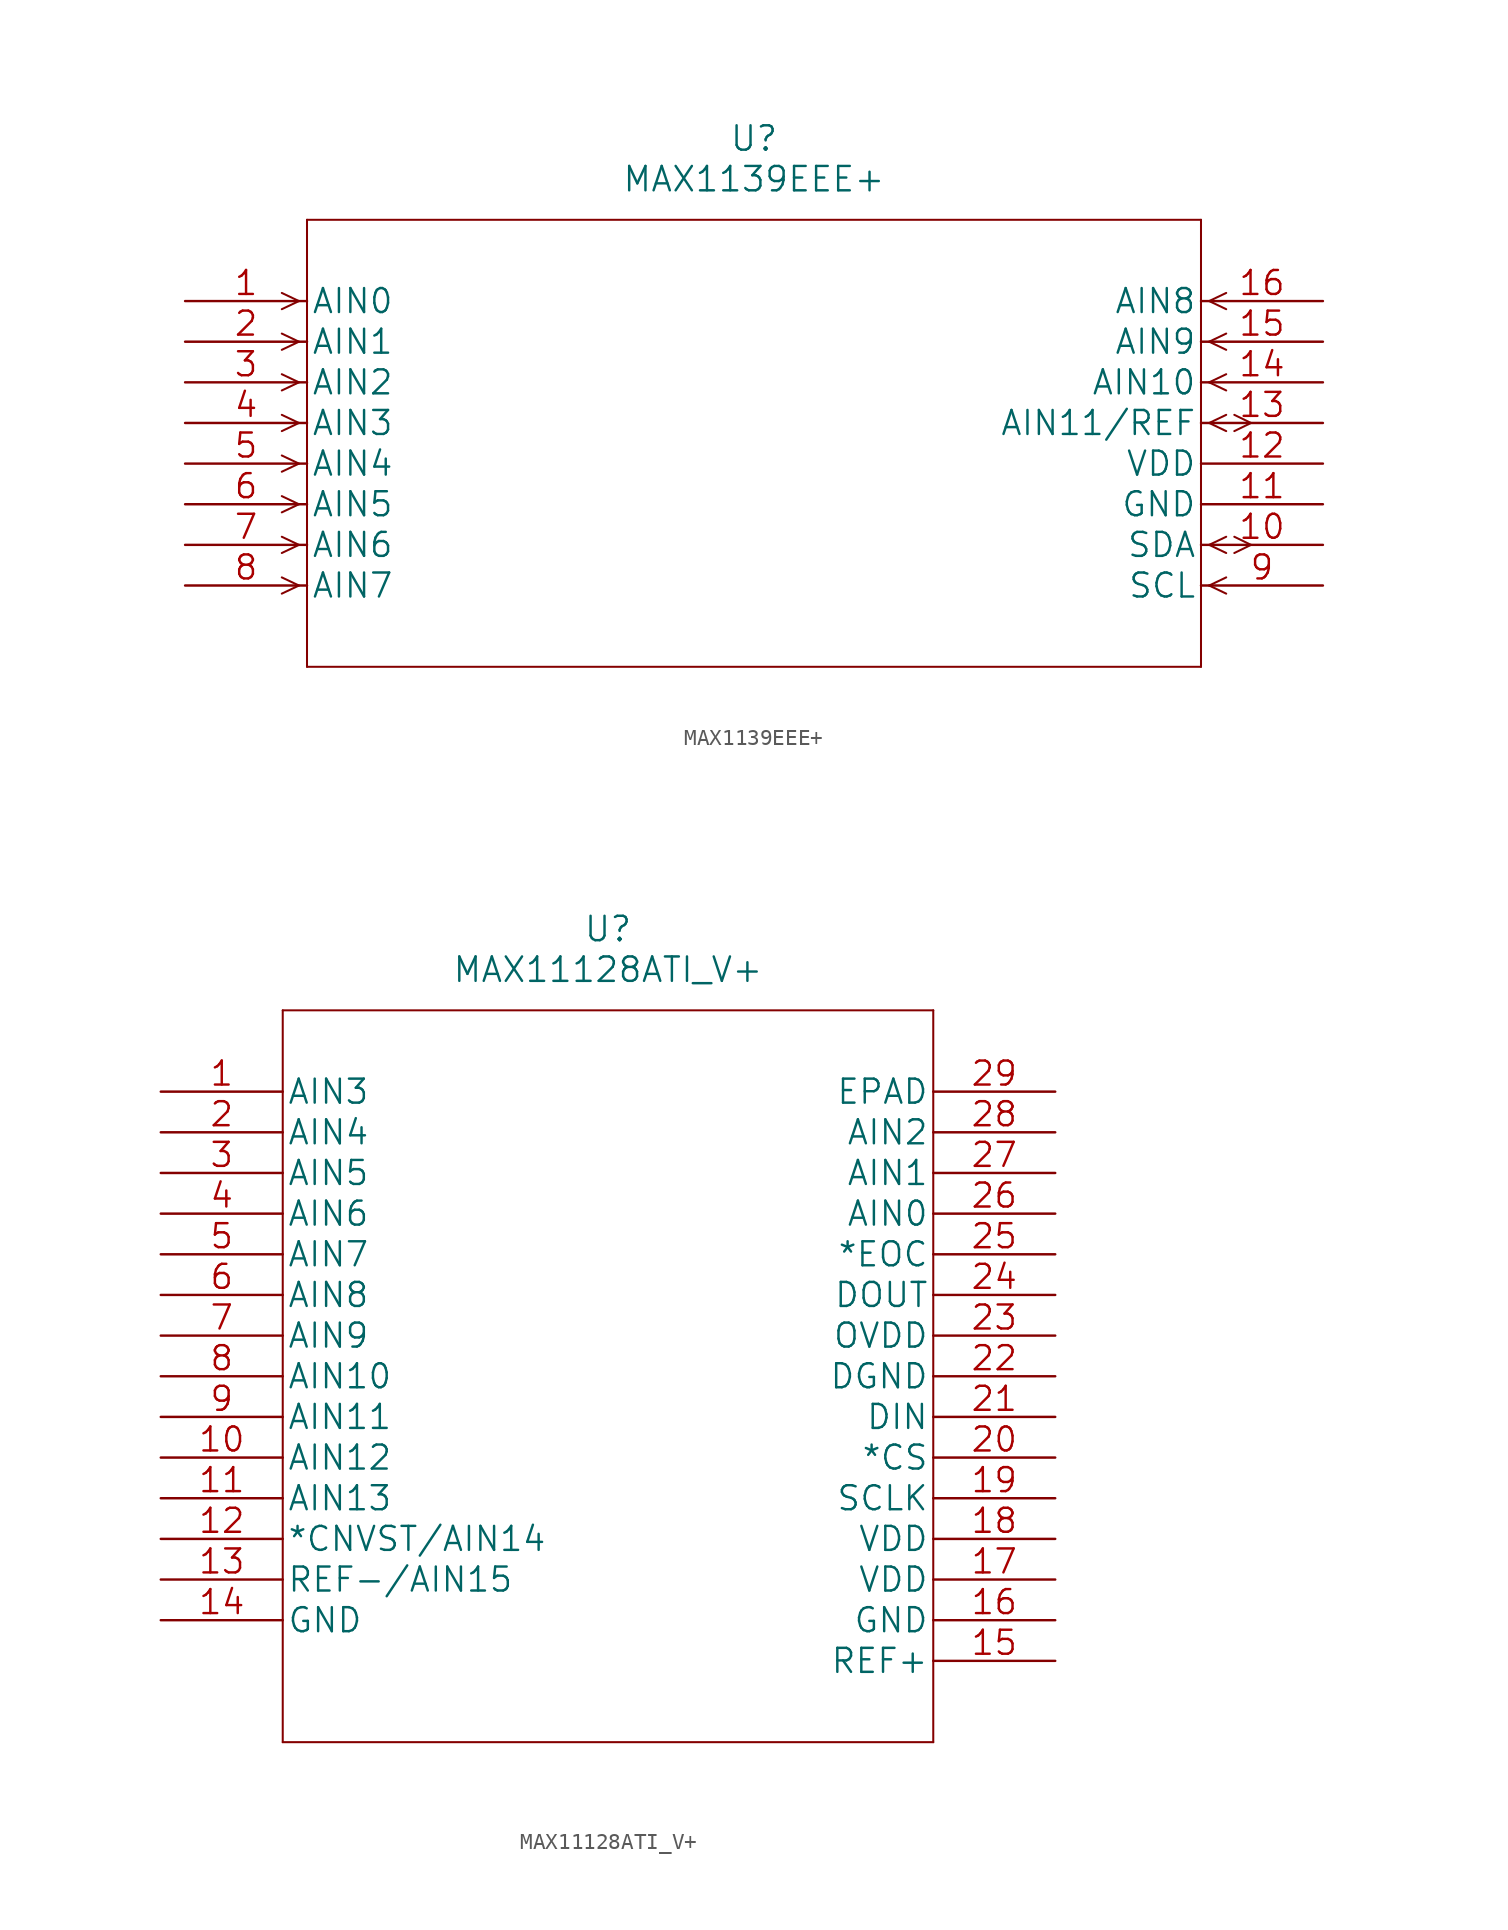
<source format=kicad_sym>
(kicad_symbol_lib
  (version 20211014)
  (generator kicad_symbol_editor)
  (symbol "MAX1139EEE+"
    (pin_names
      (offset 0.254))
    (property "Reference" "U"
      (at 35.56 10.16 0)
      (effects (font (size 1.524 1.524))))
    (property "Value" "MAX1139EEE+"
      (at 35.56 7.62 0)
      (effects (font (size 1.524 1.524))))
    (property "Datasheet" ""
      (at 0 0 0)
      (effects (font (size 1.524 1.524))))
    (symbol "MAX1139EEE+_1_1"
      (polyline (pts (xy 7.112 -17.78) (xy 6.045 -18.288)) (stroke (width 0.127) (type default) (color 0 0 0 0)) (fill (type none)))
      (polyline (pts (xy 7.112 -17.78) (xy 6.045 -17.272)) (stroke (width 0.127) (type default) (color 0 0 0 0)) (fill (type none)))
      (polyline (pts (xy 7.112 -15.24) (xy 6.045 -15.748)) (stroke (width 0.127) (type default) (color 0 0 0 0)) (fill (type none)))
      (polyline (pts (xy 7.112 -15.24) (xy 6.045 -14.732)) (stroke (width 0.127) (type default) (color 0 0 0 0)) (fill (type none)))
      (polyline (pts (xy 7.112 -12.7) (xy 6.045 -13.208)) (stroke (width 0.127) (type default) (color 0 0 0 0)) (fill (type none)))
      (polyline (pts (xy 7.112 -12.7) (xy 6.045 -12.192)) (stroke (width 0.127) (type default) (color 0 0 0 0)) (fill (type none)))
      (polyline (pts (xy 7.112 -10.16) (xy 6.045 -10.668)) (stroke (width 0.127) (type default) (color 0 0 0 0)) (fill (type none)))
      (polyline (pts (xy 7.112 -10.16) (xy 6.045 -9.652)) (stroke (width 0.127) (type default) (color 0 0 0 0)) (fill (type none)))
      (polyline (pts (xy 7.112 -7.62) (xy 6.045 -8.128)) (stroke (width 0.127) (type default) (color 0 0 0 0)) (fill (type none)))
      (polyline (pts (xy 7.112 -7.62) (xy 6.045 -7.112)) (stroke (width 0.127) (type default) (color 0 0 0 0)) (fill (type none)))
      (polyline (pts (xy 7.112 -5.08) (xy 6.045 -5.588)) (stroke (width 0.127) (type default) (color 0 0 0 0)) (fill (type none)))
      (polyline (pts (xy 7.112 -5.08) (xy 6.045 -4.572)) (stroke (width 0.127) (type default) (color 0 0 0 0)) (fill (type none)))
      (polyline (pts (xy 7.112 -2.54) (xy 6.045 -3.048)) (stroke (width 0.127) (type default) (color 0 0 0 0)) (fill (type none)))
      (polyline (pts (xy 7.112 -2.54) (xy 6.045 -2.032)) (stroke (width 0.127) (type default) (color 0 0 0 0)) (fill (type none)))
      (polyline (pts (xy 7.112 0) (xy 6.045 -0.508)) (stroke (width 0.127) (type default) (color 0 0 0 0)) (fill (type none)))
      (polyline (pts (xy 7.112 0) (xy 6.045 0.508)) (stroke (width 0.127) (type default) (color 0 0 0 0)) (fill (type none)))
      (polyline (pts (xy 7.62 -22.86) (xy 63.5 -22.86)) (stroke (width 0.127) (type default) (color 0 0 0 0)) (fill (type none)))
      (polyline (pts (xy 7.62 5.08) (xy 7.62 -22.86)) (stroke (width 0.127) (type default) (color 0 0 0 0)) (fill (type none)))
      (polyline (pts (xy 63.5 -22.86) (xy 63.5 5.08)) (stroke (width 0.127) (type default) (color 0 0 0 0)) (fill (type none)))
      (polyline (pts (xy 63.5 5.08) (xy 7.62 5.08)) (stroke (width 0.127) (type default) (color 0 0 0 0)) (fill (type none)))
      (polyline (pts (xy 64.008 -17.78) (xy 65.075 -18.288)) (stroke (width 0.127) (type default) (color 0 0 0 0)) (fill (type none)))
      (polyline (pts (xy 64.008 -17.78) (xy 65.075 -17.272)) (stroke (width 0.127) (type default) (color 0 0 0 0)) (fill (type none)))
      (polyline (pts (xy 64.008 -15.24) (xy 65.075 -15.748)) (stroke (width 0.127) (type default) (color 0 0 0 0)) (fill (type none)))
      (polyline (pts (xy 64.008 -15.24) (xy 65.075 -14.732)) (stroke (width 0.127) (type default) (color 0 0 0 0)) (fill (type none)))
      (polyline (pts (xy 64.008 -7.62) (xy 65.075 -8.128)) (stroke (width 0.127) (type default) (color 0 0 0 0)) (fill (type none)))
      (polyline (pts (xy 64.008 -7.62) (xy 65.075 -7.112)) (stroke (width 0.127) (type default) (color 0 0 0 0)) (fill (type none)))
      (polyline (pts (xy 64.008 -5.08) (xy 65.075 -5.588)) (stroke (width 0.127) (type default) (color 0 0 0 0)) (fill (type none)))
      (polyline (pts (xy 64.008 -5.08) (xy 65.075 -4.572)) (stroke (width 0.127) (type default) (color 0 0 0 0)) (fill (type none)))
      (polyline (pts (xy 64.008 -2.54) (xy 65.075 -3.048)) (stroke (width 0.127) (type default) (color 0 0 0 0)) (fill (type none)))
      (polyline (pts (xy 64.008 -2.54) (xy 65.075 -2.032)) (stroke (width 0.127) (type default) (color 0 0 0 0)) (fill (type none)))
      (polyline (pts (xy 64.008 0) (xy 65.075 -0.508)) (stroke (width 0.127) (type default) (color 0 0 0 0)) (fill (type none)))
      (polyline (pts (xy 64.008 0) (xy 65.075 0.508)) (stroke (width 0.127) (type default) (color 0 0 0 0)) (fill (type none)))
      (polyline (pts (xy 65.583 -15.748) (xy 66.624 -15.24)) (stroke (width 0.127) (type default) (color 0 0 0 0)) (fill (type none)))
      (polyline (pts (xy 65.583 -14.732) (xy 66.624 -15.24)) (stroke (width 0.127) (type default) (color 0 0 0 0)) (fill (type none)))
      (polyline (pts (xy 65.583 -8.128) (xy 66.624 -7.62)) (stroke (width 0.127) (type default) (color 0 0 0 0)) (fill (type none)))
      (polyline (pts (xy 65.583 -7.112) (xy 66.624 -7.62)) (stroke (width 0.127) (type default) (color 0 0 0 0)) (fill (type none)))
      (pin input line (at 0 0 0) (length 7.62) (name "AIN0" (effects (font (size 1.499 1.499)))) (number "1" (effects (font (size 1.499 1.499)))))
      (pin bidirectional line (at 71.12 -15.24 180) (length 7.62) (name "SDA" (effects (font (size 1.499 1.499)))) (number "10" (effects (font (size 1.499 1.499)))))
      (pin power_in line (at 71.12 -12.7 180) (length 7.62) (name "GND" (effects (font (size 1.499 1.499)))) (number "11" (effects (font (size 1.499 1.499)))))
      (pin power_in line (at 71.12 -10.16 180) (length 7.62) (name "VDD" (effects (font (size 1.499 1.499)))) (number "12" (effects (font (size 1.499 1.499)))))
      (pin bidirectional line (at 71.12 -7.62 180) (length 7.62) (name "AIN11/REF" (effects (font (size 1.499 1.499)))) (number "13" (effects (font (size 1.499 1.499)))))
      (pin input line (at 71.12 -5.08 180) (length 7.62) (name "AIN10" (effects (font (size 1.499 1.499)))) (number "14" (effects (font (size 1.499 1.499)))))
      (pin input line (at 71.12 -2.54 180) (length 7.62) (name "AIN9" (effects (font (size 1.499 1.499)))) (number "15" (effects (font (size 1.499 1.499)))))
      (pin input line (at 71.12 0 180) (length 7.62) (name "AIN8" (effects (font (size 1.499 1.499)))) (number "16" (effects (font (size 1.499 1.499)))))
      (pin input line (at 0 -2.54 0) (length 7.62) (name "AIN1" (effects (font (size 1.499 1.499)))) (number "2" (effects (font (size 1.499 1.499)))))
      (pin input line (at 0 -5.08 0) (length 7.62) (name "AIN2" (effects (font (size 1.499 1.499)))) (number "3" (effects (font (size 1.499 1.499)))))
      (pin input line (at 0 -7.62 0) (length 7.62) (name "AIN3" (effects (font (size 1.499 1.499)))) (number "4" (effects (font (size 1.499 1.499)))))
      (pin input line (at 0 -10.16 0) (length 7.62) (name "AIN4" (effects (font (size 1.499 1.499)))) (number "5" (effects (font (size 1.499 1.499)))))
      (pin input line (at 0 -12.7 0) (length 7.62) (name "AIN5" (effects (font (size 1.499 1.499)))) (number "6" (effects (font (size 1.499 1.499)))))
      (pin input line (at 0 -15.24 0) (length 7.62) (name "AIN6" (effects (font (size 1.499 1.499)))) (number "7" (effects (font (size 1.499 1.499)))))
      (pin input line (at 0 -17.78 0) (length 7.62) (name "AIN7" (effects (font (size 1.499 1.499)))) (number "8" (effects (font (size 1.499 1.499)))))
      (pin input line (at 71.12 -17.78 180) (length 7.62) (name "SCL" (effects (font (size 1.499 1.499)))) (number "9" (effects (font (size 1.499 1.499)))))))
  (symbol "MAX11128ATI_V+"
    (pin_names
      (offset 0.254))
    (property "Reference" "U"
      (at 27.94 10.16 0)
      (effects (font (size 1.524 1.524))))
    (property "Value" "MAX11128ATI_V+"
      (at 27.94 7.62 0)
      (effects (font (size 1.524 1.524))))
    (property "Datasheet" ""
      (at 0 0 0)
      (effects (font (size 1.524 1.524))))
    (symbol "MAX11128ATI_V+_1_1"
      (polyline (pts (xy 7.62 -40.64) (xy 48.26 -40.64)) (stroke (width 0.127) (type default) (color 0 0 0 0)) (fill (type none)))
      (polyline (pts (xy 7.62 5.08) (xy 7.62 -40.64)) (stroke (width 0.127) (type default) (color 0 0 0 0)) (fill (type none)))
      (polyline (pts (xy 48.26 -40.64) (xy 48.26 5.08)) (stroke (width 0.127) (type default) (color 0 0 0 0)) (fill (type none)))
      (polyline (pts (xy 48.26 5.08) (xy 7.62 5.08)) (stroke (width 0.127) (type default) (color 0 0 0 0)) (fill (type none)))
      (pin input line (at 0 0 0) (length 7.62) (name "AIN3" (effects (font (size 1.499 1.499)))) (number "1" (effects (font (size 1.499 1.499)))))
      (pin input line (at 0 -22.86 0) (length 7.62) (name "AIN12" (effects (font (size 1.499 1.499)))) (number "10" (effects (font (size 1.499 1.499)))))
      (pin input line (at 0 -25.4 0) (length 7.62) (name "AIN13" (effects (font (size 1.499 1.499)))) (number "11" (effects (font (size 1.499 1.499)))))
      (pin input line (at 0 -27.94 0) (length 7.62) (name "*CNVST/AIN14" (effects (font (size 1.499 1.499)))) (number "12" (effects (font (size 1.499 1.499)))))
      (pin input line (at 0 -30.48 0) (length 7.62) (name "REF-/AIN15" (effects (font (size 1.499 1.499)))) (number "13" (effects (font (size 1.499 1.499)))))
      (pin power_in line (at 0 -33.02 0) (length 7.62) (name "GND" (effects (font (size 1.499 1.499)))) (number "14" (effects (font (size 1.499 1.499)))))
      (pin input line (at 55.88 -35.56 180) (length 7.62) (name "REF+" (effects (font (size 1.499 1.499)))) (number "15" (effects (font (size 1.499 1.499)))))
      (pin power_in line (at 55.88 -33.02 180) (length 7.62) (name "GND" (effects (font (size 1.499 1.499)))) (number "16" (effects (font (size 1.499 1.499)))))
      (pin power_in line (at 55.88 -30.48 180) (length 7.62) (name "VDD" (effects (font (size 1.499 1.499)))) (number "17" (effects (font (size 1.499 1.499)))))
      (pin power_in line (at 55.88 -27.94 180) (length 7.62) (name "VDD" (effects (font (size 1.499 1.499)))) (number "18" (effects (font (size 1.499 1.499)))))
      (pin input line (at 55.88 -25.4 180) (length 7.62) (name "SCLK" (effects (font (size 1.499 1.499)))) (number "19" (effects (font (size 1.499 1.499)))))
      (pin input line (at 0 -2.54 0) (length 7.62) (name "AIN4" (effects (font (size 1.499 1.499)))) (number "2" (effects (font (size 1.499 1.499)))))
      (pin input line (at 55.88 -22.86 180) (length 7.62) (name "*CS" (effects (font (size 1.499 1.499)))) (number "20" (effects (font (size 1.499 1.499)))))
      (pin input line (at 55.88 -20.32 180) (length 7.62) (name "DIN" (effects (font (size 1.499 1.499)))) (number "21" (effects (font (size 1.499 1.499)))))
      (pin power_in line (at 55.88 -17.78 180) (length 7.62) (name "DGND" (effects (font (size 1.499 1.499)))) (number "22" (effects (font (size 1.499 1.499)))))
      (pin power_in line (at 55.88 -15.24 180) (length 7.62) (name "OVDD" (effects (font (size 1.499 1.499)))) (number "23" (effects (font (size 1.499 1.499)))))
      (pin output line (at 55.88 -12.7 180) (length 7.62) (name "DOUT" (effects (font (size 1.499 1.499)))) (number "24" (effects (font (size 1.499 1.499)))))
      (pin output line (at 55.88 -10.16 180) (length 7.62) (name "*EOC" (effects (font (size 1.499 1.499)))) (number "25" (effects (font (size 1.499 1.499)))))
      (pin input line (at 55.88 -7.62 180) (length 7.62) (name "AIN0" (effects (font (size 1.499 1.499)))) (number "26" (effects (font (size 1.499 1.499)))))
      (pin input line (at 55.88 -5.08 180) (length 7.62) (name "AIN1" (effects (font (size 1.499 1.499)))) (number "27" (effects (font (size 1.499 1.499)))))
      (pin input line (at 55.88 -2.54 180) (length 7.62) (name "AIN2" (effects (font (size 1.499 1.499)))) (number "28" (effects (font (size 1.499 1.499)))))
      (pin unspecified line (at 55.88 0 180) (length 7.62) (name "EPAD" (effects (font (size 1.499 1.499)))) (number "29" (effects (font (size 1.499 1.499)))))
      (pin input line (at 0 -5.08 0) (length 7.62) (name "AIN5" (effects (font (size 1.499 1.499)))) (number "3" (effects (font (size 1.499 1.499)))))
      (pin input line (at 0 -7.62 0) (length 7.62) (name "AIN6" (effects (font (size 1.499 1.499)))) (number "4" (effects (font (size 1.499 1.499)))))
      (pin input line (at 0 -10.16 0) (length 7.62) (name "AIN7" (effects (font (size 1.499 1.499)))) (number "5" (effects (font (size 1.499 1.499)))))
      (pin input line (at 0 -12.7 0) (length 7.62) (name "AIN8" (effects (font (size 1.499 1.499)))) (number "6" (effects (font (size 1.499 1.499)))))
      (pin input line (at 0 -15.24 0) (length 7.62) (name "AIN9" (effects (font (size 1.499 1.499)))) (number "7" (effects (font (size 1.499 1.499)))))
      (pin input line (at 0 -17.78 0) (length 7.62) (name "AIN10" (effects (font (size 1.499 1.499)))) (number "8" (effects (font (size 1.499 1.499)))))
      (pin input line (at 0 -20.32 0) (length 7.62) (name "AIN11" (effects (font (size 1.499 1.499)))) (number "9" (effects (font (size 1.499 1.499))))))))
</source>
